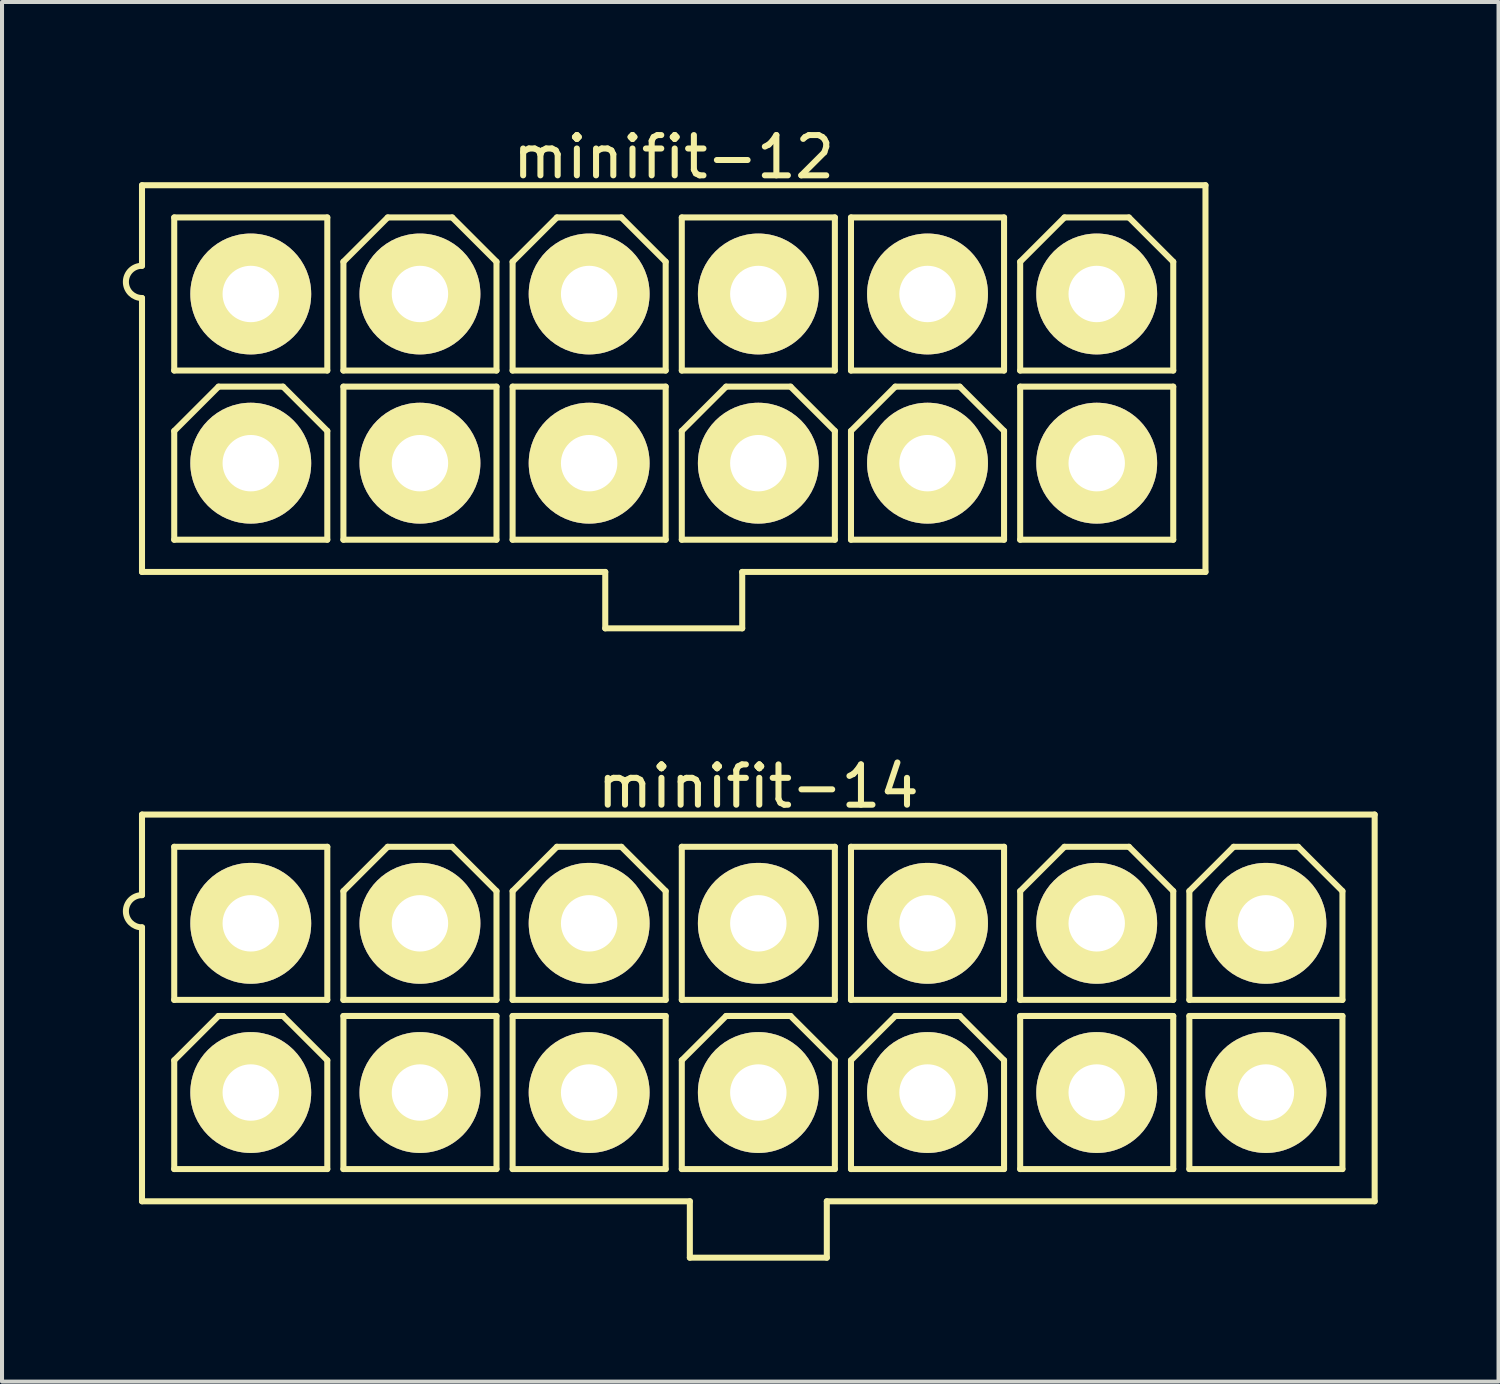
<source format=kicad_pcb>
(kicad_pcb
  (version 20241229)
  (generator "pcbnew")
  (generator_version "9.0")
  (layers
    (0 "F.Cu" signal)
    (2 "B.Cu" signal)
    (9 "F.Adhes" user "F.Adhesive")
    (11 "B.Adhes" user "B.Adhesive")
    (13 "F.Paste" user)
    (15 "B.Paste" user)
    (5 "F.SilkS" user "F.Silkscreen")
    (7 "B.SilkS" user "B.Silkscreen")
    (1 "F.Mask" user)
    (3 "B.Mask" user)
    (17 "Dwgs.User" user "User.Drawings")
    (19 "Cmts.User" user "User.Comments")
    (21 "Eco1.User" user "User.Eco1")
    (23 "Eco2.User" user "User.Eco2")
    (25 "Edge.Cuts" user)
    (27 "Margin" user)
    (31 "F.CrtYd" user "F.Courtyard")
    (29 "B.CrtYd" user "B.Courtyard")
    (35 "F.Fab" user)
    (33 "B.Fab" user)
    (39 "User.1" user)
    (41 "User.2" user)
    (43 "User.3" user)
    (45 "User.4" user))
  (footprint "minifit-14"
    (layer "F.Cu")
    (at 15.775 21.971)
    (property "Reference" "minifit-14" (at 0 -5.5 0) (layer "F.SilkS") (effects (font (size 1 1) (thickness 0.15))))
    (attr through_hole)
    (fp_line (start -15.3 -4.8) (end -15.3 -2.8) (stroke (width 0.15) (type solid)) (layer "F.SilkS"))
    (fp_line (start -15.3 -4.8) (end 15.3 -4.8) (stroke (width 0.15) (type solid)) (layer "F.SilkS"))
    (fp_line (start -15.3 -2) (end -15.3 4.8) (stroke (width 0.15) (type solid)) (layer "F.SilkS"))
    (fp_line (start -14.5 -4) (end -14.5 -0.2) (stroke (width 0.15) (type solid)) (layer "F.SilkS"))
    (fp_line (start -14.5 -0.2) (end -10.7 -0.2) (stroke (width 0.15) (type solid)) (layer "F.SilkS"))
    (fp_line (start -14.5 1.3) (end -14.5 4) (stroke (width 0.15) (type solid)) (layer "F.SilkS"))
    (fp_line (start -13.4 0.2) (end -14.5 1.3) (stroke (width 0.15) (type solid)) (layer "F.SilkS"))
    (fp_line (start -13.4 0.2) (end -11.8 0.2) (stroke (width 0.15) (type solid)) (layer "F.SilkS"))
    (fp_line (start -11.8 0.2) (end -10.7 1.3) (stroke (width 0.15) (type solid)) (layer "F.SilkS"))
    (fp_line (start -10.7 -4) (end -14.5 -4) (stroke (width 0.15) (type solid)) (layer "F.SilkS"))
    (fp_line (start -10.7 -0.2) (end -10.7 -4) (stroke (width 0.15) (type solid)) (layer "F.SilkS"))
    (fp_line (start -10.7 1.3) (end -10.7 4) (stroke (width 0.15) (type solid)) (layer "F.SilkS"))
    (fp_line (start -10.7 4) (end -14.5 4) (stroke (width 0.15) (type solid)) (layer "F.SilkS"))
    (fp_line (start -10.3 -2.9) (end -10.3 -0.2) (stroke (width 0.15) (type solid)) (layer "F.SilkS"))
    (fp_line (start -10.3 0.2) (end -10.3 4) (stroke (width 0.15) (type solid)) (layer "F.SilkS"))
    (fp_line (start -10.3 4) (end -6.5 4) (stroke (width 0.15) (type solid)) (layer "F.SilkS"))
    (fp_line (start -9.2 -4) (end -10.3 -2.9) (stroke (width 0.15) (type solid)) (layer "F.SilkS"))
    (fp_line (start -9.2 -4) (end -7.6 -4) (stroke (width 0.15) (type solid)) (layer "F.SilkS"))
    (fp_line (start -7.6 -4) (end -6.5 -2.9) (stroke (width 0.15) (type solid)) (layer "F.SilkS"))
    (fp_line (start -6.5 -2.9) (end -6.5 -0.2) (stroke (width 0.15) (type solid)) (layer "F.SilkS"))
    (fp_line (start -6.5 -0.2) (end -10.3 -0.2) (stroke (width 0.15) (type solid)) (layer "F.SilkS"))
    (fp_line (start -6.5 0.2) (end -10.3 0.2) (stroke (width 0.15) (type solid)) (layer "F.SilkS"))
    (fp_line (start -6.5 4) (end -6.5 0.2) (stroke (width 0.15) (type solid)) (layer "F.SilkS"))
    (fp_line (start -6.1 -2.9) (end -6.1 -0.2) (stroke (width 0.15) (type solid)) (layer "F.SilkS"))
    (fp_line (start -6.1 0.2) (end -6.1 4) (stroke (width 0.15) (type solid)) (layer "F.SilkS"))
    (fp_line (start -6.1 4) (end -2.3 4) (stroke (width 0.15) (type solid)) (layer "F.SilkS"))
    (fp_line (start -5 -4) (end -6.1 -2.9) (stroke (width 0.15) (type solid)) (layer "F.SilkS"))
    (fp_line (start -5 -4) (end -3.4 -4) (stroke (width 0.15) (type solid)) (layer "F.SilkS"))
    (fp_line (start -3.4 -4) (end -2.3 -2.9) (stroke (width 0.15) (type solid)) (layer "F.SilkS"))
    (fp_line (start -2.3 -2.9) (end -2.3 -0.2) (stroke (width 0.15) (type solid)) (layer "F.SilkS"))
    (fp_line (start -2.3 -0.2) (end -6.1 -0.2) (stroke (width 0.15) (type solid)) (layer "F.SilkS"))
    (fp_line (start -2.3 0.2) (end -6.1 0.2) (stroke (width 0.15) (type solid)) (layer "F.SilkS"))
    (fp_line (start -2.3 4) (end -2.3 0.2) (stroke (width 0.15) (type solid)) (layer "F.SilkS"))
    (fp_line (start -1.9 -4) (end -1.9 -0.2) (stroke (width 0.15) (type solid)) (layer "F.SilkS"))
    (fp_line (start -1.9 -0.2) (end 1.9 -0.2) (stroke (width 0.15) (type solid)) (layer "F.SilkS"))
    (fp_line (start -1.9 1.3) (end -1.9 4) (stroke (width 0.15) (type solid)) (layer "F.SilkS"))
    (fp_line (start -1.7 4.8) (end -15.3 4.8) (stroke (width 0.15) (type solid)) (layer "F.SilkS"))
    (fp_line (start -1.7 4.8) (end -1.7 6.2) (stroke (width 0.15) (type solid)) (layer "F.SilkS"))
    (fp_line (start -1.7 6.2) (end 1.7 6.2) (stroke (width 0.15) (type solid)) (layer "F.SilkS"))
    (fp_line (start -0.8 0.2) (end -1.9 1.3) (stroke (width 0.15) (type solid)) (layer "F.SilkS"))
    (fp_line (start -0.8 0.2) (end 0.8 0.2) (stroke (width 0.15) (type solid)) (layer "F.SilkS"))
    (fp_line (start 0.8 0.2) (end 1.9 1.3) (stroke (width 0.15) (type solid)) (layer "F.SilkS"))
    (fp_line (start 1.7 4.8) (end 15.3 4.8) (stroke (width 0.15) (type solid)) (layer "F.SilkS"))
    (fp_line (start 1.7 6.2) (end 1.7 4.8) (stroke (width 0.15) (type solid)) (layer "F.SilkS"))
    (fp_line (start 1.9 -4) (end -1.9 -4) (stroke (width 0.15) (type solid)) (layer "F.SilkS"))
    (fp_line (start 1.9 -0.2) (end 1.9 -4) (stroke (width 0.15) (type solid)) (layer "F.SilkS"))
    (fp_line (start 1.9 1.3) (end 1.9 4) (stroke (width 0.15) (type solid)) (layer "F.SilkS"))
    (fp_line (start 1.9 4) (end -1.9 4) (stroke (width 0.15) (type solid)) (layer "F.SilkS"))
    (fp_line (start 2.3 -4) (end 2.3 -0.2) (stroke (width 0.15) (type solid)) (layer "F.SilkS"))
    (fp_line (start 2.3 -0.2) (end 6.1 -0.2) (stroke (width 0.15) (type solid)) (layer "F.SilkS"))
    (fp_line (start 2.3 1.3) (end 2.3 4) (stroke (width 0.15) (type solid)) (layer "F.SilkS"))
    (fp_line (start 3.4 0.2) (end 2.3 1.3) (stroke (width 0.15) (type solid)) (layer "F.SilkS"))
    (fp_line (start 3.4 0.2) (end 5 0.2) (stroke (width 0.15) (type solid)) (layer "F.SilkS"))
    (fp_line (start 5 0.2) (end 6.1 1.3) (stroke (width 0.15) (type solid)) (layer "F.SilkS"))
    (fp_line (start 6.1 -4) (end 2.3 -4) (stroke (width 0.15) (type solid)) (layer "F.SilkS"))
    (fp_line (start 6.1 -0.2) (end 6.1 -4) (stroke (width 0.15) (type solid)) (layer "F.SilkS"))
    (fp_line (start 6.1 1.3) (end 6.1 4) (stroke (width 0.15) (type solid)) (layer "F.SilkS"))
    (fp_line (start 6.1 4) (end 2.3 4) (stroke (width 0.15) (type solid)) (layer "F.SilkS"))
    (fp_line (start 6.5 -2.9) (end 6.5 -0.2) (stroke (width 0.15) (type solid)) (layer "F.SilkS"))
    (fp_line (start 6.5 0.2) (end 6.5 4) (stroke (width 0.15) (type solid)) (layer "F.SilkS"))
    (fp_line (start 6.5 4) (end 10.3 4) (stroke (width 0.15) (type solid)) (layer "F.SilkS"))
    (fp_line (start 7.6 -4) (end 6.5 -2.9) (stroke (width 0.15) (type solid)) (layer "F.SilkS"))
    (fp_line (start 7.6 -4) (end 9.2 -4) (stroke (width 0.15) (type solid)) (layer "F.SilkS"))
    (fp_line (start 9.2 -4) (end 10.3 -2.9) (stroke (width 0.15) (type solid)) (layer "F.SilkS"))
    (fp_line (start 10.3 -2.9) (end 10.3 -0.2) (stroke (width 0.15) (type solid)) (layer "F.SilkS"))
    (fp_line (start 10.3 -0.2) (end 6.5 -0.2) (stroke (width 0.15) (type solid)) (layer "F.SilkS"))
    (fp_line (start 10.3 0.2) (end 6.5 0.2) (stroke (width 0.15) (type solid)) (layer "F.SilkS"))
    (fp_line (start 10.3 4) (end 10.3 0.2) (stroke (width 0.15) (type solid)) (layer "F.SilkS"))
    (fp_line (start 10.7 -2.9) (end 10.7 -0.2) (stroke (width 0.15) (type solid)) (layer "F.SilkS"))
    (fp_line (start 10.7 0.2) (end 10.7 4) (stroke (width 0.15) (type solid)) (layer "F.SilkS"))
    (fp_line (start 10.7 4) (end 14.5 4) (stroke (width 0.15) (type solid)) (layer "F.SilkS"))
    (fp_line (start 11.8 -4) (end 10.7 -2.9) (stroke (width 0.15) (type solid)) (layer "F.SilkS"))
    (fp_line (start 11.8 -4) (end 13.4 -4) (stroke (width 0.15) (type solid)) (layer "F.SilkS"))
    (fp_line (start 13.4 -4) (end 14.5 -2.9) (stroke (width 0.15) (type solid)) (layer "F.SilkS"))
    (fp_line (start 14.5 -2.9) (end 14.5 -0.2) (stroke (width 0.15) (type solid)) (layer "F.SilkS"))
    (fp_line (start 14.5 -0.2) (end 10.7 -0.2) (stroke (width 0.15) (type solid)) (layer "F.SilkS"))
    (fp_line (start 14.5 0.2) (end 10.7 0.2) (stroke (width 0.15) (type solid)) (layer "F.SilkS"))
    (fp_line (start 14.5 4) (end 14.5 0.2) (stroke (width 0.15) (type solid)) (layer "F.SilkS"))
    (fp_line (start 15.3 -4.8) (end 15.3 4.8) (stroke (width 0.15) (type solid)) (layer "F.SilkS"))
    (fp_arc (start -15.3 -2) (mid -15.7 -2.4) (end -15.3 -2.8) (stroke (width 0.15) (type solid)) (layer "F.SilkS"))
    (pad "1" thru_hole circle (at -12.6 -2.1) (size 3 3) (drill 1.4) (layers "*.Cu" "*.Mask" "F.SilkS"))
    (pad "2" thru_hole circle (at -8.4 -2.1) (size 3 3) (drill 1.4) (layers "*.Cu" "*.Mask" "F.SilkS"))
    (pad "3" thru_hole circle (at -4.2 -2.1) (size 3 3) (drill 1.4) (layers "*.Cu" "*.Mask" "F.SilkS"))
    (pad "4" thru_hole circle (at 0 -2.1) (size 3 3) (drill 1.4) (layers "*.Cu" "*.Mask" "F.SilkS"))
    (pad "5" thru_hole circle (at 4.2 -2.1) (size 3 3) (drill 1.4) (layers "*.Cu" "*.Mask" "F.SilkS"))
    (pad "6" thru_hole circle (at 8.4 -2.1) (size 3 3) (drill 1.4) (layers "*.Cu" "*.Mask" "F.SilkS"))
    (pad "7" thru_hole circle (at 12.6 -2.1) (size 3 3) (drill 1.4) (layers "*.Cu" "*.Mask" "F.SilkS"))
    (pad "8" thru_hole circle (at -12.6 2.1) (size 3 3) (drill 1.4) (layers "*.Cu" "*.Mask" "F.SilkS"))
    (pad "9" thru_hole circle (at -8.4 2.1) (size 3 3) (drill 1.4) (layers "*.Cu" "*.Mask" "F.SilkS"))
    (pad "10" thru_hole circle (at -4.2 2.1) (size 3 3) (drill 1.4) (layers "*.Cu" "*.Mask" "F.SilkS"))
    (pad "11" thru_hole circle (at 0 2.1) (size 3 3) (drill 1.4) (layers "*.Cu" "*.Mask" "F.SilkS"))
    (pad "12" thru_hole circle (at 4.2 2.1) (size 3 3) (drill 1.4) (layers "*.Cu" "*.Mask" "F.SilkS"))
    (pad "13" thru_hole circle (at 8.4 2.1) (size 3 3) (drill 1.4) (layers "*.Cu" "*.Mask" "F.SilkS"))
    (pad "14" thru_hole circle (at 12.6 2.1) (size 3 3) (drill 1.4) (layers "*.Cu" "*.Mask" "F.SilkS")))
  (footprint "minifit-12"
    (layer "F.Cu")
    (at 13.675 6.348)
    (property "Reference" "minifit-12" (at 0 -5.5 0) (layer "F.SilkS") (effects (font (size 1 1) (thickness 0.15))))
    (attr through_hole)
    (fp_line (start -13.2 -4.8) (end -13.2 -2.8) (stroke (width 0.15) (type solid)) (layer "F.SilkS"))
    (fp_line (start -13.2 -2) (end -13.2 4.8) (stroke (width 0.15) (type solid)) (layer "F.SilkS"))
    (fp_line (start -13.2 4.8) (end -1.7 4.8) (stroke (width 0.15) (type solid)) (layer "F.SilkS"))
    (fp_line (start -12.4 -4) (end -12.4 -0.2) (stroke (width 0.15) (type solid)) (layer "F.SilkS"))
    (fp_line (start -12.4 -0.2) (end -8.6 -0.2) (stroke (width 0.15) (type solid)) (layer "F.SilkS"))
    (fp_line (start -12.4 1.3) (end -12.4 4) (stroke (width 0.15) (type solid)) (layer "F.SilkS"))
    (fp_line (start -11.3 0.2) (end -12.4 1.3) (stroke (width 0.15) (type solid)) (layer "F.SilkS"))
    (fp_line (start -11.3 0.2) (end -9.7 0.2) (stroke (width 0.15) (type solid)) (layer "F.SilkS"))
    (fp_line (start -9.7 0.2) (end -8.6 1.3) (stroke (width 0.15) (type solid)) (layer "F.SilkS"))
    (fp_line (start -8.6 -4) (end -12.4 -4) (stroke (width 0.15) (type solid)) (layer "F.SilkS"))
    (fp_line (start -8.6 -0.2) (end -8.6 -4) (stroke (width 0.15) (type solid)) (layer "F.SilkS"))
    (fp_line (start -8.6 1.3) (end -8.6 4) (stroke (width 0.15) (type solid)) (layer "F.SilkS"))
    (fp_line (start -8.6 4) (end -12.4 4) (stroke (width 0.15) (type solid)) (layer "F.SilkS"))
    (fp_line (start -8.2 -2.9) (end -8.2 -0.2) (stroke (width 0.15) (type solid)) (layer "F.SilkS"))
    (fp_line (start -8.2 0.2) (end -8.2 4) (stroke (width 0.15) (type solid)) (layer "F.SilkS"))
    (fp_line (start -8.2 4) (end -4.4 4) (stroke (width 0.15) (type solid)) (layer "F.SilkS"))
    (fp_line (start -7.1 -4) (end -8.2 -2.9) (stroke (width 0.15) (type solid)) (layer "F.SilkS"))
    (fp_line (start -7.1 -4) (end -5.5 -4) (stroke (width 0.15) (type solid)) (layer "F.SilkS"))
    (fp_line (start -5.5 -4) (end -4.4 -2.9) (stroke (width 0.15) (type solid)) (layer "F.SilkS"))
    (fp_line (start -4.4 -2.9) (end -4.4 -0.2) (stroke (width 0.15) (type solid)) (layer "F.SilkS"))
    (fp_line (start -4.4 -0.2) (end -8.2 -0.2) (stroke (width 0.15) (type solid)) (layer "F.SilkS"))
    (fp_line (start -4.4 0.2) (end -8.2 0.2) (stroke (width 0.15) (type solid)) (layer "F.SilkS"))
    (fp_line (start -4.4 4) (end -4.4 0.2) (stroke (width 0.15) (type solid)) (layer "F.SilkS"))
    (fp_line (start -4 -2.9) (end -4 -0.2) (stroke (width 0.15) (type solid)) (layer "F.SilkS"))
    (fp_line (start -4 0.2) (end -4 4) (stroke (width 0.15) (type solid)) (layer "F.SilkS"))
    (fp_line (start -4 4) (end -0.2 4) (stroke (width 0.15) (type solid)) (layer "F.SilkS"))
    (fp_line (start -2.9 -4) (end -4 -2.9) (stroke (width 0.15) (type solid)) (layer "F.SilkS"))
    (fp_line (start -2.9 -4) (end -1.3 -4) (stroke (width 0.15) (type solid)) (layer "F.SilkS"))
    (fp_line (start -1.7 4.8) (end -1.7 6.2) (stroke (width 0.15) (type solid)) (layer "F.SilkS"))
    (fp_line (start -1.7 6.2) (end 1.7 6.2) (stroke (width 0.15) (type solid)) (layer "F.SilkS"))
    (fp_line (start -1.3 -4) (end -0.2 -2.9) (stroke (width 0.15) (type solid)) (layer "F.SilkS"))
    (fp_line (start -0.2 -2.9) (end -0.2 -0.2) (stroke (width 0.15) (type solid)) (layer "F.SilkS"))
    (fp_line (start -0.2 -0.2) (end -4 -0.2) (stroke (width 0.15) (type solid)) (layer "F.SilkS"))
    (fp_line (start -0.2 0.2) (end -4 0.2) (stroke (width 0.15) (type solid)) (layer "F.SilkS"))
    (fp_line (start -0.2 4) (end -0.2 0.2) (stroke (width 0.15) (type solid)) (layer "F.SilkS"))
    (fp_line (start 0.2 -4) (end 0.2 -0.2) (stroke (width 0.15) (type solid)) (layer "F.SilkS"))
    (fp_line (start 0.2 -0.2) (end 4 -0.2) (stroke (width 0.15) (type solid)) (layer "F.SilkS"))
    (fp_line (start 0.2 1.3) (end 0.2 4) (stroke (width 0.15) (type solid)) (layer "F.SilkS"))
    (fp_line (start 1.3 0.2) (end 0.2 1.3) (stroke (width 0.15) (type solid)) (layer "F.SilkS"))
    (fp_line (start 1.3 0.2) (end 2.9 0.2) (stroke (width 0.15) (type solid)) (layer "F.SilkS"))
    (fp_line (start 1.7 4.8) (end 13.2 4.8) (stroke (width 0.15) (type solid)) (layer "F.SilkS"))
    (fp_line (start 1.7 6.2) (end 1.7 4.8) (stroke (width 0.15) (type solid)) (layer "F.SilkS"))
    (fp_line (start 2.9 0.2) (end 4 1.3) (stroke (width 0.15) (type solid)) (layer "F.SilkS"))
    (fp_line (start 4 -4) (end 0.2 -4) (stroke (width 0.15) (type solid)) (layer "F.SilkS"))
    (fp_line (start 4 -0.2) (end 4 -4) (stroke (width 0.15) (type solid)) (layer "F.SilkS"))
    (fp_line (start 4 1.3) (end 4 4) (stroke (width 0.15) (type solid)) (layer "F.SilkS"))
    (fp_line (start 4 4) (end 0.2 4) (stroke (width 0.15) (type solid)) (layer "F.SilkS"))
    (fp_line (start 4.4 -4) (end 4.4 -0.2) (stroke (width 0.15) (type solid)) (layer "F.SilkS"))
    (fp_line (start 4.4 -0.2) (end 8.2 -0.2) (stroke (width 0.15) (type solid)) (layer "F.SilkS"))
    (fp_line (start 4.4 1.3) (end 4.4 4) (stroke (width 0.15) (type solid)) (layer "F.SilkS"))
    (fp_line (start 5.5 0.2) (end 4.4 1.3) (stroke (width 0.15) (type solid)) (layer "F.SilkS"))
    (fp_line (start 5.5 0.2) (end 7.1 0.2) (stroke (width 0.15) (type solid)) (layer "F.SilkS"))
    (fp_line (start 7.1 0.2) (end 8.2 1.3) (stroke (width 0.15) (type solid)) (layer "F.SilkS"))
    (fp_line (start 8.2 -4) (end 4.4 -4) (stroke (width 0.15) (type solid)) (layer "F.SilkS"))
    (fp_line (start 8.2 -0.2) (end 8.2 -4) (stroke (width 0.15) (type solid)) (layer "F.SilkS"))
    (fp_line (start 8.2 1.3) (end 8.2 4) (stroke (width 0.15) (type solid)) (layer "F.SilkS"))
    (fp_line (start 8.2 4) (end 4.4 4) (stroke (width 0.15) (type solid)) (layer "F.SilkS"))
    (fp_line (start 8.6 -2.9) (end 8.6 -0.2) (stroke (width 0.15) (type solid)) (layer "F.SilkS"))
    (fp_line (start 8.6 0.2) (end 8.6 4) (stroke (width 0.15) (type solid)) (layer "F.SilkS"))
    (fp_line (start 8.6 4) (end 12.4 4) (stroke (width 0.15) (type solid)) (layer "F.SilkS"))
    (fp_line (start 9.7 -4) (end 8.6 -2.9) (stroke (width 0.15) (type solid)) (layer "F.SilkS"))
    (fp_line (start 9.7 -4) (end 11.3 -4) (stroke (width 0.15) (type solid)) (layer "F.SilkS"))
    (fp_line (start 11.3 -4) (end 12.4 -2.9) (stroke (width 0.15) (type solid)) (layer "F.SilkS"))
    (fp_line (start 12.4 -2.9) (end 12.4 -0.2) (stroke (width 0.15) (type solid)) (layer "F.SilkS"))
    (fp_line (start 12.4 -0.2) (end 8.6 -0.2) (stroke (width 0.15) (type solid)) (layer "F.SilkS"))
    (fp_line (start 12.4 0.2) (end 8.6 0.2) (stroke (width 0.15) (type solid)) (layer "F.SilkS"))
    (fp_line (start 12.4 4) (end 12.4 0.2) (stroke (width 0.15) (type solid)) (layer "F.SilkS"))
    (fp_line (start 13.2 -4.8) (end -13.2 -4.8) (stroke (width 0.15) (type solid)) (layer "F.SilkS"))
    (fp_line (start 13.2 -4.8) (end 13.2 4.8) (stroke (width 0.15) (type solid)) (layer "F.SilkS"))
    (fp_arc (start -13.2 -2) (mid -13.6 -2.4) (end -13.2 -2.8) (stroke (width 0.15) (type solid)) (layer "F.SilkS"))
    (pad "1" thru_hole circle (at -10.5 -2.1) (size 3 3) (drill 1.4) (layers "*.Cu" "*.Mask" "F.SilkS"))
    (pad "2" thru_hole circle (at -6.3 -2.1) (size 3 3) (drill 1.4) (layers "*.Cu" "*.Mask" "F.SilkS"))
    (pad "3" thru_hole circle (at -2.1 -2.1) (size 3 3) (drill 1.4) (layers "*.Cu" "*.Mask" "F.SilkS"))
    (pad "4" thru_hole circle (at 2.1 -2.1) (size 3 3) (drill 1.4) (layers "*.Cu" "*.Mask" "F.SilkS"))
    (pad "5" thru_hole circle (at 6.3 -2.1) (size 3 3) (drill 1.4) (layers "*.Cu" "*.Mask" "F.SilkS"))
    (pad "6" thru_hole circle (at 10.5 -2.1) (size 3 3) (drill 1.4) (layers "*.Cu" "*.Mask" "F.SilkS"))
    (pad "7" thru_hole circle (at -10.5 2.1) (size 3 3) (drill 1.4) (layers "*.Cu" "*.Mask" "F.SilkS"))
    (pad "8" thru_hole circle (at -6.3 2.1) (size 3 3) (drill 1.4) (layers "*.Cu" "*.Mask" "F.SilkS"))
    (pad "9" thru_hole circle (at -2.1 2.1) (size 3 3) (drill 1.4) (layers "*.Cu" "*.Mask" "F.SilkS"))
    (pad "10" thru_hole circle (at 2.1 2.1) (size 3 3) (drill 1.4) (layers "*.Cu" "*.Mask" "F.SilkS"))
    (pad "11" thru_hole circle (at 6.3 2.1) (size 3 3) (drill 1.4) (layers "*.Cu" "*.Mask" "F.SilkS"))
    (pad "12" thru_hole circle (at 10.5 2.1) (size 3 3) (drill 1.4) (layers "*.Cu" "*.Mask" "F.SilkS")))
  (gr_rect
    (start -3 -3)
    (end 34.15 31.247)
    (stroke (width 0.1) (type default))
    (fill no)
    (layer "Edge.Cuts")))
</source>
